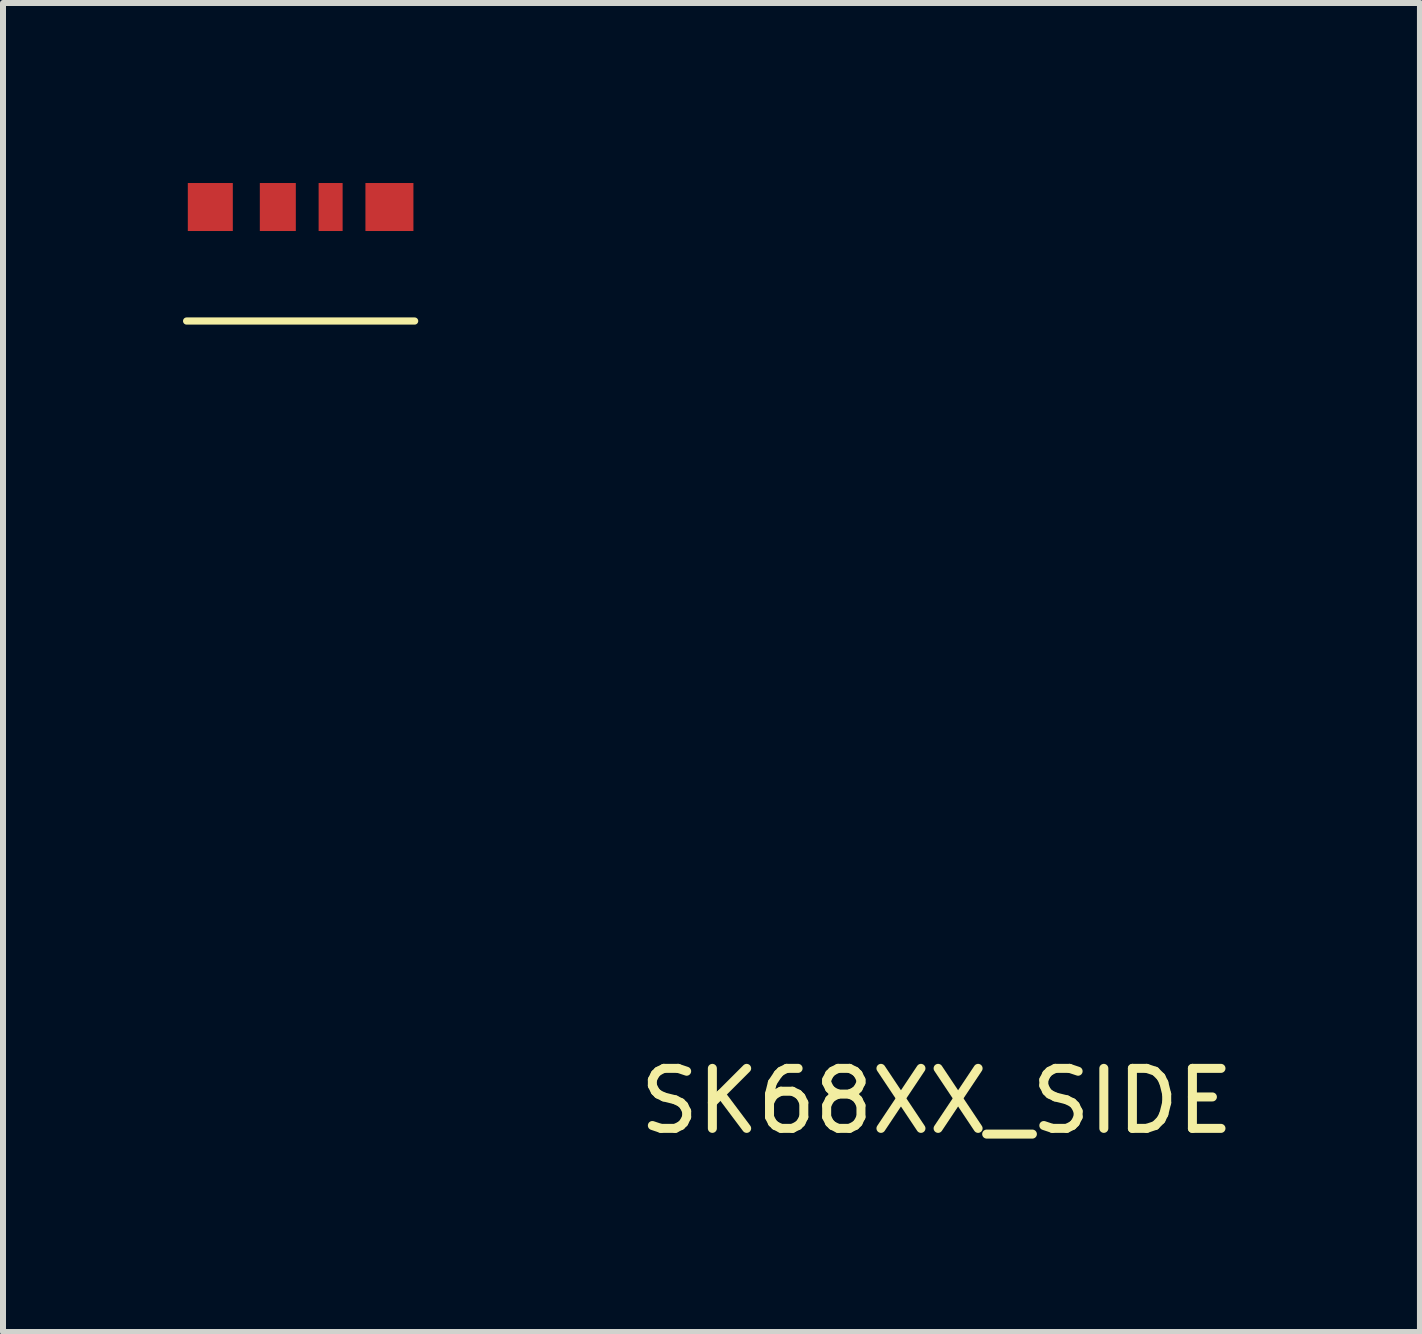
<source format=kicad_pcb>
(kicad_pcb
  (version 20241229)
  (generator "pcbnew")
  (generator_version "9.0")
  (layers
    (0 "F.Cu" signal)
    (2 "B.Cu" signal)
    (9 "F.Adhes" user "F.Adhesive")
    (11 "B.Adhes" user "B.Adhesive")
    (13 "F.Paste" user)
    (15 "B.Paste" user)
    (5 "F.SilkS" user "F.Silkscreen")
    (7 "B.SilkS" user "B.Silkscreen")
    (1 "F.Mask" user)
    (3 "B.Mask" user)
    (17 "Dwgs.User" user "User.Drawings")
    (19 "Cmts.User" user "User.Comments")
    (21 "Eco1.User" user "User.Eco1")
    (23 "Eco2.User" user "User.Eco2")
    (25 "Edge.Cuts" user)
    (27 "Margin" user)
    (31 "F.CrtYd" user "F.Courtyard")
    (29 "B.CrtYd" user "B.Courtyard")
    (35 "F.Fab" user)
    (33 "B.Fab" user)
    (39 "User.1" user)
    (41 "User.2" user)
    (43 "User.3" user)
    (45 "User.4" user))
  (footprint "SK68XX_SIDE"
    (layer "F.Cu")
    (at 2.06 0.8)
    (property "Reference" "SK68XX_SIDE" (at 10.5 14.5 0) (layer "F.SilkS") (effects (font (size 1 1) (thickness 0.15))))
    (attr through_hole)
    (fp_line (start -2 1.5) (end 1.8 1.5) (stroke (width 0.12) (type solid)) (layer "F.SilkS"))
    (pad "1" smd rect (at -1.605 -0.4) (size 0.75 0.8) (layers "F.Cu" "F.Mask" "F.Paste"))
    (pad "2" smd rect (at -0.48 -0.4) (size 0.6 0.8) (layers "F.Cu" "F.Mask" "F.Paste"))
    (pad "3" smd rect (at 0.4 -0.4) (size 0.4 0.8) (layers "F.Cu" "F.Mask" "F.Paste"))
    (pad "4" smd rect (at 1.38 -0.4) (size 0.8 0.8) (layers "F.Cu" "F.Mask" "F.Paste")))
  (gr_rect
    (start -3 -3)
    (end 20.614 19.148)
    (stroke (width 0.1) (type default))
    (fill no)
    (layer "Edge.Cuts")))
</source>
